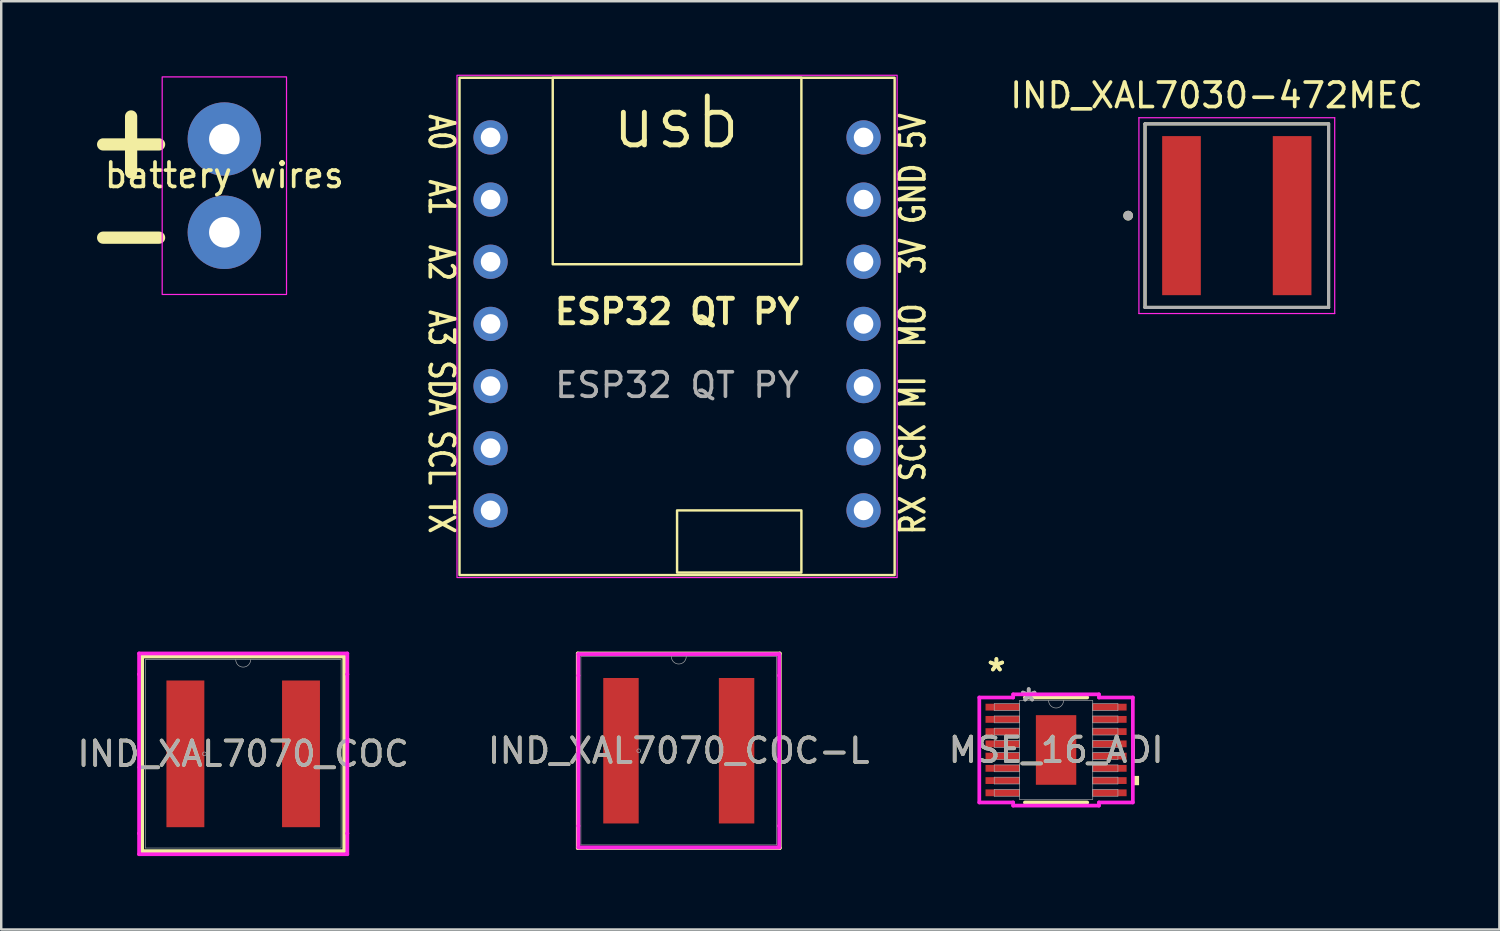
<source format=kicad_pcb>
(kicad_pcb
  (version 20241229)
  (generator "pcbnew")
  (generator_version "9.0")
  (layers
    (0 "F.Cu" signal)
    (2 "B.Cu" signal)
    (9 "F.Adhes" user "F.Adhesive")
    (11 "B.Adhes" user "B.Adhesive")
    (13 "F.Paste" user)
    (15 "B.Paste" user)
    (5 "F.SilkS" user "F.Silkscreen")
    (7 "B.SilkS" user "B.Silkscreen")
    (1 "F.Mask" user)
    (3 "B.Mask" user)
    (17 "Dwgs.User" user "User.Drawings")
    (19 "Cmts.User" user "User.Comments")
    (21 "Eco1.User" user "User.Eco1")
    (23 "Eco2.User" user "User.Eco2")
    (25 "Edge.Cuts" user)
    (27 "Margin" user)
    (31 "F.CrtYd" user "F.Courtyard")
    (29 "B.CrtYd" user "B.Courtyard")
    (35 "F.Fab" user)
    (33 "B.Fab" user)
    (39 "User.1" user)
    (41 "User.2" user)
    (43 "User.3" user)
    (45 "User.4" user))
  (footprint "IND_XAL7030-472MEC"
    (layer "F.Cu")
    (at 47.486 5.761)
    (property "Reference" "IND_XAL7030-472MEC" (at -0.825 -4.913 0) (layer "F.SilkS") (effects (font (size 1 1) (thickness 0.15))))
    (attr smd)
    (fp_line (start -3.75 -3.75) (end 3.75 -3.75) (stroke (width 0.127) (type solid)) (layer "F.SilkS"))
    (fp_line (start -3.75 3.75) (end -3.75 -3.75) (stroke (width 0.127) (type solid)) (layer "F.SilkS"))
    (fp_line (start 3.75 -3.75) (end 3.75 3.75) (stroke (width 0.127) (type solid)) (layer "F.SilkS"))
    (fp_line (start 3.75 3.75) (end -3.75 3.75) (stroke (width 0.127) (type solid)) (layer "F.SilkS"))
    (fp_circle (center -4.44 0) (end -4.34 0) (stroke (width 0.2) (type solid)) (fill no) (layer "F.SilkS"))
    (fp_line (start -4 -4) (end 4 -4) (stroke (width 0.05) (type solid)) (layer "F.CrtYd"))
    (fp_line (start -4 4) (end -4 -4) (stroke (width 0.05) (type solid)) (layer "F.CrtYd"))
    (fp_line (start 4 -4) (end 4 4) (stroke (width 0.05) (type solid)) (layer "F.CrtYd"))
    (fp_line (start 4 4) (end -4 4) (stroke (width 0.05) (type solid)) (layer "F.CrtYd"))
    (fp_line (start -3.75 -3.75) (end 3.75 -3.75) (stroke (width 0.127) (type solid)) (layer "F.Fab"))
    (fp_line (start -3.75 3.75) (end -3.75 -3.75) (stroke (width 0.127) (type solid)) (layer "F.Fab"))
    (fp_line (start 3.75 -3.75) (end 3.75 3.75) (stroke (width 0.127) (type solid)) (layer "F.Fab"))
    (fp_line (start 3.75 3.75) (end -3.75 3.75) (stroke (width 0.127) (type solid)) (layer "F.Fab"))
    (fp_circle (center -4.44 0) (end -4.34 0) (stroke (width 0.2) (type solid)) (fill no) (layer "F.Fab"))
    (pad "1" smd rect (at -2.26 0) (size 1.58 6.5) (layers "F.Cu" "F.Mask" "F.Paste"))
    (pad "2" smd rect (at 2.26 0) (size 1.58 6.5) (layers "F.Cu" "F.Mask" "F.Paste")))
  (footprint "IND_XAL7070_COC-L"
    (layer "F.Cu")
    (at 24.685 27.625)
    (property "Reference" "IND_XAL7070_COC-L" (at 0 0 0) (unlocked yes) (layer "F.SilkS") (effects (font (size 1 1) (thickness 0.15))))
    (attr smd)
    (fp_line (start -4.128 -3.975) (end -4.128 3.975) (stroke (width 0.152) (type solid)) (layer "F.SilkS"))
    (fp_line (start -4.128 3.975) (end 4.128 3.975) (stroke (width 0.152) (type solid)) (layer "F.SilkS"))
    (fp_line (start 4.128 -3.975) (end -4.128 -3.975) (stroke (width 0.152) (type solid)) (layer "F.SilkS"))
    (fp_line (start 4.128 3.975) (end 4.128 -3.975) (stroke (width 0.152) (type solid)) (layer "F.SilkS"))
    (fp_line (start -4.102 -3.95) (end 4.102 -3.95) (stroke (width 0.152) (type solid)) (layer "F.CrtYd"))
    (fp_line (start -4.102 -3.073) (end -4.102 -3.95) (stroke (width 0.152) (type solid)) (layer "F.CrtYd"))
    (fp_line (start -4.102 -3.073) (end -4.102 -3.073) (stroke (width 0.152) (type solid)) (layer "F.CrtYd"))
    (fp_line (start -4.102 3.073) (end -4.102 -3.073) (stroke (width 0.152) (type solid)) (layer "F.CrtYd"))
    (fp_line (start -4.102 3.073) (end -4.102 3.073) (stroke (width 0.152) (type solid)) (layer "F.CrtYd"))
    (fp_line (start -4.102 3.95) (end -4.102 3.073) (stroke (width 0.152) (type solid)) (layer "F.CrtYd"))
    (fp_line (start 4.102 -3.95) (end 4.102 -3.073) (stroke (width 0.152) (type solid)) (layer "F.CrtYd"))
    (fp_line (start 4.102 -3.073) (end 4.102 -3.073) (stroke (width 0.152) (type solid)) (layer "F.CrtYd"))
    (fp_line (start 4.102 -3.073) (end 4.102 3.073) (stroke (width 0.152) (type solid)) (layer "F.CrtYd"))
    (fp_line (start 4.102 3.073) (end 4.102 3.073) (stroke (width 0.152) (type solid)) (layer "F.CrtYd"))
    (fp_line (start 4.102 3.073) (end 4.102 3.95) (stroke (width 0.152) (type solid)) (layer "F.CrtYd"))
    (fp_line (start 4.102 3.95) (end -4.102 3.95) (stroke (width 0.152) (type solid)) (layer "F.CrtYd"))
    (fp_line (start -4 -3.848) (end -4 3.848) (stroke (width 0.025) (type solid)) (layer "F.Fab"))
    (fp_line (start -4 3.848) (end 4 3.848) (stroke (width 0.025) (type solid)) (layer "F.Fab"))
    (fp_line (start 4 -3.848) (end -4 -3.848) (stroke (width 0.025) (type solid)) (layer "F.Fab"))
    (fp_line (start 4 3.848) (end 4 -3.848) (stroke (width 0.025) (type solid)) (layer "F.Fab"))
    (fp_arc (start 0.3048 -3.8481) (mid 0 -3.5433) (end -0.3048 -3.8481) (stroke (width 0.0254) (type solid)) (layer "F.Fab"))
    (fp_circle (center -1.638 0) (end -1.562 0) (stroke (width 0.025) (type solid)) (fill no) (layer "F.Fab"))
    (fp_text user "${REFERENCE}" (at 0 0 0) (unlocked yes) (layer "F.Fab") (effects (font (size 1 1) (thickness 0.15))))
    (pad "1" smd rect (at -2.362 0) (size 1.448 5.944) (layers "F.Cu" "F.Mask" "F.Paste"))
    (pad "2" smd rect (at 2.362 0) (size 1.448 5.944) (layers "F.Cu" "F.Mask" "F.Paste")))
  (footprint "ESP32 QT PY"
    (layer "F.Cu")
    (at 24.615 10.185)
    (property "Reference" "ESP32 QT PY" (at 0 -0.5 0) (unlocked yes) (layer "F.SilkS") (effects (font (size 1 1) (thickness 0.2) (bold yes))))
    (attr through_hole)
    (fp_rect (start -8.89 -10.058) (end 8.89 10.262) (stroke (width 0.1) (type default)) (fill no) (layer "F.SilkS"))
    (fp_rect (start -5.08 -10.058) (end 5.08 -2.438) (stroke (width 0.1) (type default)) (fill no) (layer "F.SilkS"))
    (fp_rect (start 5.08 10.16) (end 0 7.62) (stroke (width 0.1) (type default)) (fill no) (layer "F.SilkS"))
    (fp_rect (start -8.992 -10.16) (end 8.992 10.363) (stroke (width 0.05) (type default)) (fill no) (layer "F.CrtYd"))
    (fp_text user "usb" (at -0.051 -8.23 0) (unlocked yes) (layer "F.SilkS") (effects (font (size 2 2) (thickness 0.2))))
    (fp_text user "RX SCK MI  MO  3V GND 5V" (at 9.042 0 90) (unlocked yes) (layer "F.SilkS") (effects (font (size 1 0.8) (thickness 0.15) (bold yes)) (justify top)))
    (fp_text user "A0  A1  A2  A3 SDA SCL TX" (at -9.042 0 270) (unlocked yes) (layer "F.SilkS") (effects (font (size 1 0.8) (thickness 0.15)) (justify top)))
    (fp_text user "${REFERENCE}" (at 0 2.5 0) (unlocked yes) (layer "F.Fab") (effects (font (size 1 1) (thickness 0.15))))
    (pad "1" thru_hole circle (at -7.62 -7.62) (size 1.4 1.4) (drill 0.8) (layers "*.Cu" "*.Mask"))
    (pad "2" thru_hole circle (at -7.62 -5.08) (size 1.4 1.4) (drill 0.8) (layers "*.Cu" "*.Mask"))
    (pad "3" thru_hole circle (at -7.62 -2.54) (size 1.4 1.4) (drill 0.8) (layers "*.Cu" "*.Mask"))
    (pad "4" thru_hole circle (at -7.62 0) (size 1.4 1.4) (drill 0.8) (layers "*.Cu" "*.Mask"))
    (pad "5" thru_hole circle (at -7.62 2.54) (size 1.4 1.4) (drill 0.8) (layers "*.Cu" "*.Mask"))
    (pad "6" thru_hole circle (at -7.62 5.08) (size 1.4 1.4) (drill 0.8) (layers "*.Cu" "*.Mask"))
    (pad "7" thru_hole circle (at -7.62 7.62) (size 1.4 1.4) (drill 0.8) (layers "*.Cu" "*.Mask"))
    (pad "8" thru_hole circle (at 7.62 7.62) (size 1.4 1.4) (drill 0.8) (layers "*.Cu" "*.Mask"))
    (pad "9" thru_hole circle (at 7.62 5.08) (size 1.4 1.4) (drill 0.8) (layers "*.Cu" "*.Mask"))
    (pad "10" thru_hole circle (at 7.62 2.54) (size 1.4 1.4) (drill 0.8) (layers "*.Cu" "*.Mask"))
    (pad "11" thru_hole circle (at 7.62 0) (size 1.4 1.4) (drill 0.8) (layers "*.Cu" "*.Mask"))
    (pad "12" thru_hole circle (at 7.62 -2.54) (size 1.4 1.4) (drill 0.8) (layers "*.Cu" "*.Mask"))
    (pad "13" thru_hole circle (at 7.62 -5.08) (size 1.4 1.4) (drill 0.8) (layers "*.Cu" "*.Mask"))
    (pad "14" thru_hole circle (at 7.62 -7.62) (size 1.4 1.4) (drill 0.8) (layers "*.Cu" "*.Mask")))
  (footprint "MSE_16_ADI"
    (layer "F.Cu")
    (at 40.101 27.594)
    (property "Reference" "MSE_16_ADI" (at 0 0 0) (unlocked yes) (layer "F.SilkS") (effects (font (size 1 1) (thickness 0.15))))
    (attr smd)
    (fp_line (start -1.274 2.146) (end 1.274 2.146) (stroke (width 0.152) (type solid)) (layer "F.SilkS"))
    (fp_line (start 1.274 -2.146) (end -1.274 -2.146) (stroke (width 0.152) (type solid)) (layer "F.SilkS"))
    (fp_poly (pts (xy 3.391 1.06) (xy 3.391 1.44) (xy 3.137 1.44) (xy 3.137 1.06)) (stroke (width 0) (type solid)) (fill yes) (layer "F.SilkS"))
    (fp_poly (pts (xy -0.726 -1.322) (xy -0.726 -0.1) (xy 0.726 -0.1) (xy 0.726 -1.322)) (stroke (width 0) (type solid)) (fill yes) (layer "F.Paste"))
    (fp_poly (pts (xy -0.726 0.1) (xy -0.726 1.322) (xy 0.726 1.322) (xy 0.726 0.1)) (stroke (width 0) (type solid)) (fill yes) (layer "F.Paste"))
    (fp_line (start -3.137 -2.144) (end -1.753 -2.144) (stroke (width 0.152) (type solid)) (layer "F.CrtYd"))
    (fp_line (start -3.137 2.144) (end -3.137 -2.144) (stroke (width 0.152) (type solid)) (layer "F.CrtYd"))
    (fp_line (start -3.137 2.144) (end -1.753 2.144) (stroke (width 0.152) (type solid)) (layer "F.CrtYd"))
    (fp_line (start -1.753 -2.273) (end 1.753 -2.273) (stroke (width 0.152) (type solid)) (layer "F.CrtYd"))
    (fp_line (start -1.753 -2.144) (end -1.753 -2.273) (stroke (width 0.152) (type solid)) (layer "F.CrtYd"))
    (fp_line (start -1.753 2.273) (end -1.753 2.144) (stroke (width 0.152) (type solid)) (layer "F.CrtYd"))
    (fp_line (start 1.753 -2.273) (end 1.753 -2.144) (stroke (width 0.152) (type solid)) (layer "F.CrtYd"))
    (fp_line (start 1.753 2.144) (end 1.753 2.273) (stroke (width 0.152) (type solid)) (layer "F.CrtYd"))
    (fp_line (start 1.753 2.273) (end -1.753 2.273) (stroke (width 0.152) (type solid)) (layer "F.CrtYd"))
    (fp_line (start 3.137 -2.144) (end 1.753 -2.144) (stroke (width 0.152) (type solid)) (layer "F.CrtYd"))
    (fp_line (start 3.137 -2.144) (end 3.137 2.144) (stroke (width 0.152) (type solid)) (layer "F.CrtYd"))
    (fp_line (start 3.137 2.144) (end 1.753 2.144) (stroke (width 0.152) (type solid)) (layer "F.CrtYd"))
    (fp_line (start -2.527 -1.89) (end -2.527 -1.61) (stroke (width 0.025) (type solid)) (layer "F.Fab"))
    (fp_line (start -2.527 -1.61) (end -1.499 -1.61) (stroke (width 0.025) (type solid)) (layer "F.Fab"))
    (fp_line (start -2.527 -1.39) (end -2.527 -1.11) (stroke (width 0.025) (type solid)) (layer "F.Fab"))
    (fp_line (start -2.527 -1.11) (end -1.499 -1.11) (stroke (width 0.025) (type solid)) (layer "F.Fab"))
    (fp_line (start -2.527 -0.89) (end -2.527 -0.61) (stroke (width 0.025) (type solid)) (layer "F.Fab"))
    (fp_line (start -2.527 -0.61) (end -1.499 -0.61) (stroke (width 0.025) (type solid)) (layer "F.Fab"))
    (fp_line (start -2.527 -0.39) (end -2.527 -0.11) (stroke (width 0.025) (type solid)) (layer "F.Fab"))
    (fp_line (start -2.527 -0.11) (end -1.499 -0.11) (stroke (width 0.025) (type solid)) (layer "F.Fab"))
    (fp_line (start -2.527 0.11) (end -2.527 0.39) (stroke (width 0.025) (type solid)) (layer "F.Fab"))
    (fp_line (start -2.527 0.39) (end -1.499 0.39) (stroke (width 0.025) (type solid)) (layer "F.Fab"))
    (fp_line (start -2.527 0.61) (end -2.527 0.89) (stroke (width 0.025) (type solid)) (layer "F.Fab"))
    (fp_line (start -2.527 0.89) (end -1.499 0.89) (stroke (width 0.025) (type solid)) (layer "F.Fab"))
    (fp_line (start -2.527 1.11) (end -2.527 1.39) (stroke (width 0.025) (type solid)) (layer "F.Fab"))
    (fp_line (start -2.527 1.39) (end -1.499 1.39) (stroke (width 0.025) (type solid)) (layer "F.Fab"))
    (fp_line (start -2.527 1.61) (end -2.527 1.89) (stroke (width 0.025) (type solid)) (layer "F.Fab"))
    (fp_line (start -2.527 1.89) (end -1.499 1.89) (stroke (width 0.025) (type solid)) (layer "F.Fab"))
    (fp_line (start -1.499 -2.019) (end -1.499 2.019) (stroke (width 0.025) (type solid)) (layer "F.Fab"))
    (fp_line (start -1.499 -1.89) (end -2.527 -1.89) (stroke (width 0.025) (type solid)) (layer "F.Fab"))
    (fp_line (start -1.499 -1.61) (end -1.499 -1.89) (stroke (width 0.025) (type solid)) (layer "F.Fab"))
    (fp_line (start -1.499 -1.39) (end -2.527 -1.39) (stroke (width 0.025) (type solid)) (layer "F.Fab"))
    (fp_line (start -1.499 -1.11) (end -1.499 -1.39) (stroke (width 0.025) (type solid)) (layer "F.Fab"))
    (fp_line (start -1.499 -0.89) (end -2.527 -0.89) (stroke (width 0.025) (type solid)) (layer "F.Fab"))
    (fp_line (start -1.499 -0.61) (end -1.499 -0.89) (stroke (width 0.025) (type solid)) (layer "F.Fab"))
    (fp_line (start -1.499 -0.39) (end -2.527 -0.39) (stroke (width 0.025) (type solid)) (layer "F.Fab"))
    (fp_line (start -1.499 -0.11) (end -1.499 -0.39) (stroke (width 0.025) (type solid)) (layer "F.Fab"))
    (fp_line (start -1.499 0.11) (end -2.527 0.11) (stroke (width 0.025) (type solid)) (layer "F.Fab"))
    (fp_line (start -1.499 0.39) (end -1.499 0.11) (stroke (width 0.025) (type solid)) (layer "F.Fab"))
    (fp_line (start -1.499 0.61) (end -2.527 0.61) (stroke (width 0.025) (type solid)) (layer "F.Fab"))
    (fp_line (start -1.499 0.89) (end -1.499 0.61) (stroke (width 0.025) (type solid)) (layer "F.Fab"))
    (fp_line (start -1.499 1.11) (end -2.527 1.11) (stroke (width 0.025) (type solid)) (layer "F.Fab"))
    (fp_line (start -1.499 1.39) (end -1.499 1.11) (stroke (width 0.025) (type solid)) (layer "F.Fab"))
    (fp_line (start -1.499 1.61) (end -2.527 1.61) (stroke (width 0.025) (type solid)) (layer "F.Fab"))
    (fp_line (start -1.499 1.89) (end -1.499 1.61) (stroke (width 0.025) (type solid)) (layer "F.Fab"))
    (fp_line (start -1.499 2.019) (end 1.499 2.019) (stroke (width 0.025) (type solid)) (layer "F.Fab"))
    (fp_line (start 1.499 -2.019) (end -1.499 -2.019) (stroke (width 0.025) (type solid)) (layer "F.Fab"))
    (fp_line (start 1.499 -1.89) (end 1.499 -1.61) (stroke (width 0.025) (type solid)) (layer "F.Fab"))
    (fp_line (start 1.499 -1.61) (end 2.527 -1.61) (stroke (width 0.025) (type solid)) (layer "F.Fab"))
    (fp_line (start 1.499 -1.39) (end 1.499 -1.11) (stroke (width 0.025) (type solid)) (layer "F.Fab"))
    (fp_line (start 1.499 -1.11) (end 2.527 -1.11) (stroke (width 0.025) (type solid)) (layer "F.Fab"))
    (fp_line (start 1.499 -0.89) (end 1.499 -0.61) (stroke (width 0.025) (type solid)) (layer "F.Fab"))
    (fp_line (start 1.499 -0.61) (end 2.527 -0.61) (stroke (width 0.025) (type solid)) (layer "F.Fab"))
    (fp_line (start 1.499 -0.39) (end 1.499 -0.11) (stroke (width 0.025) (type solid)) (layer "F.Fab"))
    (fp_line (start 1.499 -0.11) (end 2.527 -0.11) (stroke (width 0.025) (type solid)) (layer "F.Fab"))
    (fp_line (start 1.499 0.11) (end 1.499 0.39) (stroke (width 0.025) (type solid)) (layer "F.Fab"))
    (fp_line (start 1.499 0.39) (end 2.527 0.39) (stroke (width 0.025) (type solid)) (layer "F.Fab"))
    (fp_line (start 1.499 0.61) (end 1.499 0.89) (stroke (width 0.025) (type solid)) (layer "F.Fab"))
    (fp_line (start 1.499 0.89) (end 2.527 0.89) (stroke (width 0.025) (type solid)) (layer "F.Fab"))
    (fp_line (start 1.499 1.11) (end 1.499 1.39) (stroke (width 0.025) (type solid)) (layer "F.Fab"))
    (fp_line (start 1.499 1.39) (end 2.527 1.39) (stroke (width 0.025) (type solid)) (layer "F.Fab"))
    (fp_line (start 1.499 1.61) (end 1.499 1.89) (stroke (width 0.025) (type solid)) (layer "F.Fab"))
    (fp_line (start 1.499 1.89) (end 2.527 1.89) (stroke (width 0.025) (type solid)) (layer "F.Fab"))
    (fp_line (start 1.499 2.019) (end 1.499 -2.019) (stroke (width 0.025) (type solid)) (layer "F.Fab"))
    (fp_line (start 2.527 -1.89) (end 1.499 -1.89) (stroke (width 0.025) (type solid)) (layer "F.Fab"))
    (fp_line (start 2.527 -1.61) (end 2.527 -1.89) (stroke (width 0.025) (type solid)) (layer "F.Fab"))
    (fp_line (start 2.527 -1.39) (end 1.499 -1.39) (stroke (width 0.025) (type solid)) (layer "F.Fab"))
    (fp_line (start 2.527 -1.11) (end 2.527 -1.39) (stroke (width 0.025) (type solid)) (layer "F.Fab"))
    (fp_line (start 2.527 -0.89) (end 1.499 -0.89) (stroke (width 0.025) (type solid)) (layer "F.Fab"))
    (fp_line (start 2.527 -0.61) (end 2.527 -0.89) (stroke (width 0.025) (type solid)) (layer "F.Fab"))
    (fp_line (start 2.527 -0.39) (end 1.499 -0.39) (stroke (width 0.025) (type solid)) (layer "F.Fab"))
    (fp_line (start 2.527 -0.11) (end 2.527 -0.39) (stroke (width 0.025) (type solid)) (layer "F.Fab"))
    (fp_line (start 2.527 0.11) (end 1.499 0.11) (stroke (width 0.025) (type solid)) (layer "F.Fab"))
    (fp_line (start 2.527 0.39) (end 2.527 0.11) (stroke (width 0.025) (type solid)) (layer "F.Fab"))
    (fp_line (start 2.527 0.61) (end 1.499 0.61) (stroke (width 0.025) (type solid)) (layer "F.Fab"))
    (fp_line (start 2.527 0.89) (end 2.527 0.61) (stroke (width 0.025) (type solid)) (layer "F.Fab"))
    (fp_line (start 2.527 1.11) (end 1.499 1.11) (stroke (width 0.025) (type solid)) (layer "F.Fab"))
    (fp_line (start 2.527 1.39) (end 2.527 1.11) (stroke (width 0.025) (type solid)) (layer "F.Fab"))
    (fp_line (start 2.527 1.61) (end 1.499 1.61) (stroke (width 0.025) (type solid)) (layer "F.Fab"))
    (fp_line (start 2.527 1.89) (end 2.527 1.61) (stroke (width 0.025) (type solid)) (layer "F.Fab"))
    (fp_arc (start 0.3048 -2.0193) (mid 0 -1.7145) (end -0.3048 -2.0193) (stroke (width 0.0254) (type solid)) (layer "F.Fab"))
    (fp_text user "*" (at -2.438 -3.172 0) (unlocked yes) (layer "F.SilkS") (effects (font (size 1 1) (thickness 0.15))))
    (fp_text user "*" (at -2.438 -3.172 0) (layer "F.SilkS") (effects (font (size 1 1) (thickness 0.15))))
    (fp_text user "${REFERENCE}" (at 0 0 0) (unlocked yes) (layer "F.Fab") (effects (font (size 1 1) (thickness 0.15))))
    (fp_text user "*" (at -1.118 -1.943 0) (layer "F.Fab") (effects (font (size 1 1) (thickness 0.15))))
    (fp_text user "*" (at -1.118 -1.943 0) (unlocked yes) (layer "F.Fab") (effects (font (size 1 1) (thickness 0.15))))
    (pad "1" smd rect (at -2.184 -1.75) (size 1.397 0.279) (layers "F.Cu" "F.Mask" "F.Paste"))
    (pad "2" smd rect (at -2.184 -1.25) (size 1.397 0.279) (layers "F.Cu" "F.Mask" "F.Paste"))
    (pad "3" smd rect (at -2.184 -0.75) (size 1.397 0.279) (layers "F.Cu" "F.Mask" "F.Paste"))
    (pad "4" smd rect (at -2.184 -0.25) (size 1.397 0.279) (layers "F.Cu" "F.Mask" "F.Paste"))
    (pad "5" smd rect (at -2.184 0.25) (size 1.397 0.279) (layers "F.Cu" "F.Mask" "F.Paste"))
    (pad "6" smd rect (at -2.184 0.75) (size 1.397 0.279) (layers "F.Cu" "F.Mask" "F.Paste"))
    (pad "7" smd rect (at -2.184 1.25) (size 1.397 0.279) (layers "F.Cu" "F.Mask" "F.Paste"))
    (pad "8" smd rect (at -2.184 1.75) (size 1.397 0.279) (layers "F.Cu" "F.Mask" "F.Paste"))
    (pad "9" smd rect (at 2.184 1.75) (size 1.397 0.279) (layers "F.Cu" "F.Mask" "F.Paste"))
    (pad "10" smd rect (at 2.184 1.25) (size 1.397 0.279) (layers "F.Cu" "F.Mask" "F.Paste"))
    (pad "11" smd rect (at 2.184 0.75) (size 1.397 0.279) (layers "F.Cu" "F.Mask" "F.Paste"))
    (pad "12" smd rect (at 2.184 0.25) (size 1.397 0.279) (layers "F.Cu" "F.Mask" "F.Paste"))
    (pad "13" smd rect (at 2.184 -0.25) (size 1.397 0.279) (layers "F.Cu" "F.Mask" "F.Paste"))
    (pad "14" smd rect (at 2.184 -0.75) (size 1.397 0.279) (layers "F.Cu" "F.Mask" "F.Paste"))
    (pad "15" smd rect (at 2.184 -1.25) (size 1.397 0.279) (layers "F.Cu" "F.Mask" "F.Paste"))
    (pad "16" smd rect (at 2.184 -1.75) (size 1.397 0.279) (layers "F.Cu" "F.Mask" "F.Paste"))
    (pad "EPAD" smd rect (at 0 0) (size 1.651 2.845) (layers "F.Cu" "F.Mask")))
  (footprint "battery wires"
    (layer "F.Cu")
    (at 6.117 6.442)
    (property "Reference" "battery wires" (at 0 -2.33 0) (layer "F.SilkS") (effects (font (size 1 1) (thickness 0.15))))
    (attr through_hole)
    (fp_rect (start -2.54 -6.35) (end 2.54 2.54) (stroke (width 0.05) (type default)) (fill no) (layer "F.CrtYd"))
    (fp_text user "-" (at -3.81 0 0) (unlocked yes) (layer "F.SilkS") (effects (font (size 3 3) (thickness 0.5) (bold yes))))
    (fp_text user "+" (at -3.81 -3.81 0) (unlocked yes) (layer "F.SilkS") (effects (font (size 3 3) (thickness 0.5) (bold yes))))
    (pad "1" thru_hole circle (at 0 0) (size 3 3) (drill 1.25) (layers "*.Cu" "*.Mask"))
    (pad "2" thru_hole circle (at 0 -3.81) (size 3 3) (drill 1.25) (layers "*.Cu" "*.Mask")))
  (footprint "IND_XAL7070_COC"
    (layer "F.Cu")
    (at 6.887 27.752)
    (property "Reference" "IND_XAL7070_COC" (at 0 0 0) (unlocked yes) (layer "F.SilkS") (effects (font (size 1 1) (thickness 0.15))))
    (attr smd)
    (fp_line (start -4.128 -3.975) (end -4.128 3.975) (stroke (width 0.152) (type solid)) (layer "F.SilkS"))
    (fp_line (start -4.128 3.975) (end 4.128 3.975) (stroke (width 0.152) (type solid)) (layer "F.SilkS"))
    (fp_line (start 4.128 -3.975) (end -4.128 -3.975) (stroke (width 0.152) (type solid)) (layer "F.SilkS"))
    (fp_line (start 4.128 3.975) (end 4.128 -3.975) (stroke (width 0.152) (type solid)) (layer "F.SilkS"))
    (fp_line (start -4.255 -4.102) (end 4.255 -4.102) (stroke (width 0.152) (type solid)) (layer "F.CrtYd"))
    (fp_line (start -4.255 -3.251) (end -4.255 -4.102) (stroke (width 0.152) (type solid)) (layer "F.CrtYd"))
    (fp_line (start -4.255 -3.251) (end -4.255 -3.251) (stroke (width 0.152) (type solid)) (layer "F.CrtYd"))
    (fp_line (start -4.255 3.251) (end -4.255 -3.251) (stroke (width 0.152) (type solid)) (layer "F.CrtYd"))
    (fp_line (start -4.255 3.251) (end -4.255 3.251) (stroke (width 0.152) (type solid)) (layer "F.CrtYd"))
    (fp_line (start -4.255 4.102) (end -4.255 3.251) (stroke (width 0.152) (type solid)) (layer "F.CrtYd"))
    (fp_line (start 4.255 -4.102) (end 4.255 -3.251) (stroke (width 0.152) (type solid)) (layer "F.CrtYd"))
    (fp_line (start 4.255 -3.251) (end 4.255 -3.251) (stroke (width 0.152) (type solid)) (layer "F.CrtYd"))
    (fp_line (start 4.255 -3.251) (end 4.255 3.251) (stroke (width 0.152) (type solid)) (layer "F.CrtYd"))
    (fp_line (start 4.255 3.251) (end 4.255 3.251) (stroke (width 0.152) (type solid)) (layer "F.CrtYd"))
    (fp_line (start 4.255 3.251) (end 4.255 4.102) (stroke (width 0.152) (type solid)) (layer "F.CrtYd"))
    (fp_line (start 4.255 4.102) (end -4.255 4.102) (stroke (width 0.152) (type solid)) (layer "F.CrtYd"))
    (fp_line (start -4 -3.848) (end -4 3.848) (stroke (width 0.025) (type solid)) (layer "F.Fab"))
    (fp_line (start -4 3.848) (end 4 3.848) (stroke (width 0.025) (type solid)) (layer "F.Fab"))
    (fp_line (start 4 -3.848) (end -4 -3.848) (stroke (width 0.025) (type solid)) (layer "F.Fab"))
    (fp_line (start 4 3.848) (end 4 -3.848) (stroke (width 0.025) (type solid)) (layer "F.Fab"))
    (fp_arc (start 0.3048 -3.8481) (mid 0 -3.5433) (end -0.3048 -3.8481) (stroke (width 0.0254) (type solid)) (layer "F.Fab"))
    (fp_circle (center -1.587 0) (end -1.511 0) (stroke (width 0.025) (type solid)) (fill no) (layer "F.Fab"))
    (fp_text user "${REFERENCE}" (at 0 0 0) (unlocked yes) (layer "F.Fab") (effects (font (size 1 1) (thickness 0.15))))
    (pad "1" smd rect (at -2.362 0) (size 1.549 5.994) (layers "F.Cu" "F.Mask" "F.Paste"))
    (pad "2" smd rect (at 2.362 0) (size 1.549 5.994) (layers "F.Cu" "F.Mask" "F.Paste")))
  (gr_rect
    (start -3 -3)
    (end 58.215 34.93)
    (stroke (width 0.1) (type default))
    (fill no)
    (layer "Edge.Cuts")))
</source>
